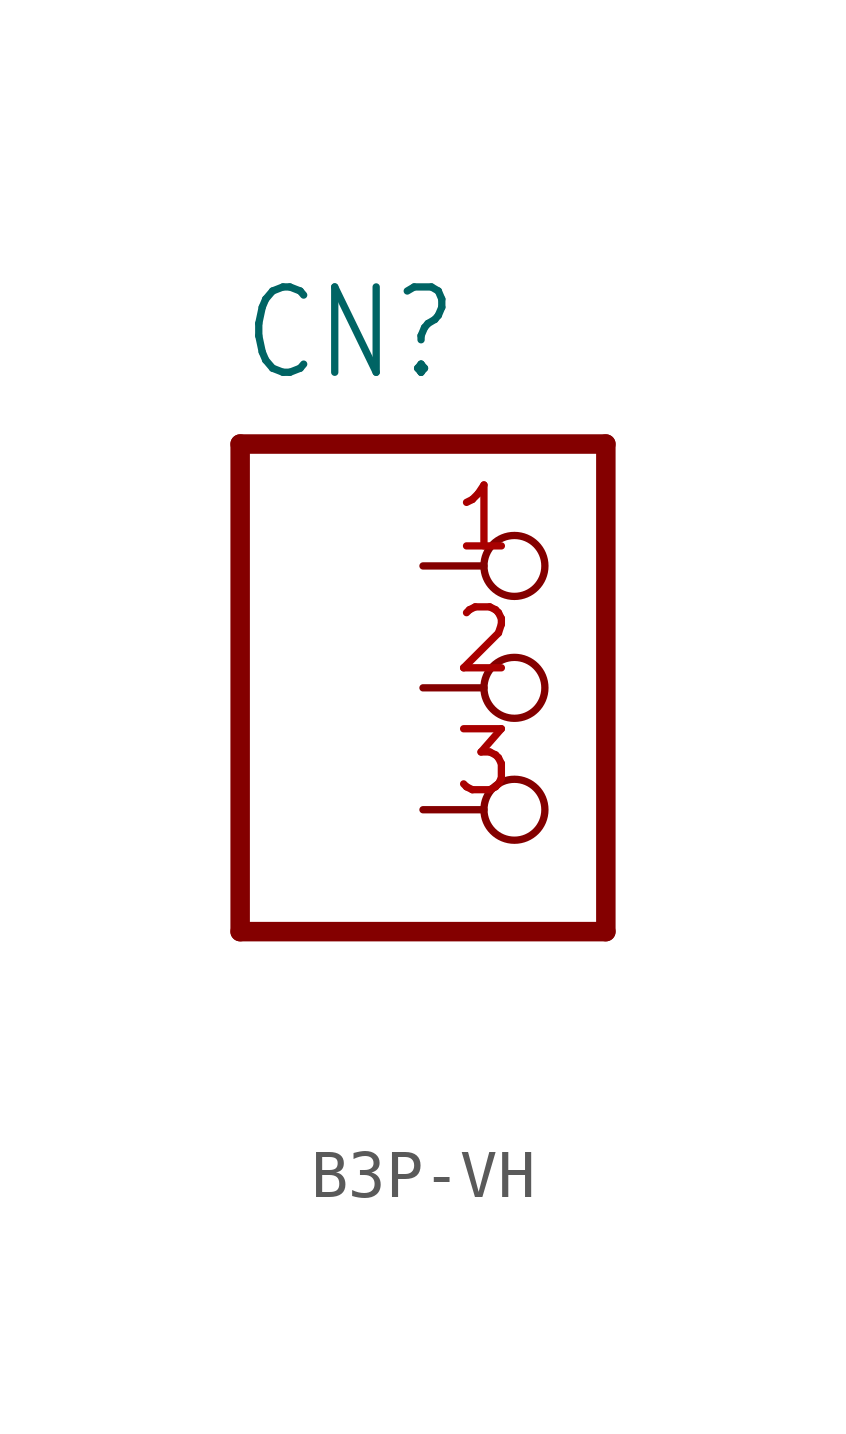
<source format=kicad_sym>
(kicad_symbol_lib
  (version 20231120)
  (generator "kicad_symbol_editor")
  (generator_version "8.0")
  (symbol "B3P-VH"
    (property "Reference" "CN"
      (at -3.81 6.35 0)
      (effects (font (size 1.778 1.511)) (justify left bottom)))
    (property "Value" ""
      (at -3.81 -7.62 0)
      (effects (font (size 1.778 1.511)) (justify left bottom)))
    (property "ki_locked" ""
      (at 0 0 0)
      (effects (font (size 1.27 1.27))))
    (symbol "B3P-VH_1_0"
      (polyline (pts (xy -3.81 -5.08) (xy 3.81 -5.08)) (stroke (width 0.406) (type solid)) (fill (type none)))
      (polyline (pts (xy -3.81 5.08) (xy -3.81 -5.08)) (stroke (width 0.406) (type solid)) (fill (type none)))
      (polyline (pts (xy 3.81 -5.08) (xy 3.81 5.08)) (stroke (width 0.406) (type solid)) (fill (type none)))
      (polyline (pts (xy 3.81 5.08) (xy -3.81 5.08)) (stroke (width 0.406) (type solid)) (fill (type none)))
      (pin passive inverted (at 0 2.54 0) (length 2.54) (name "1" (effects (font (size 0 0)))) (number "1" (effects (font (size 1.27 1.27)))))
      (pin passive inverted (at 0 0 0) (length 2.54) (name "2" (effects (font (size 0 0)))) (number "2" (effects (font (size 1.27 1.27)))))
      (pin passive inverted (at 0 -2.54 0) (length 2.54) (name "3" (effects (font (size 0 0)))) (number "3" (effects (font (size 1.27 1.27))))))))
</source>
